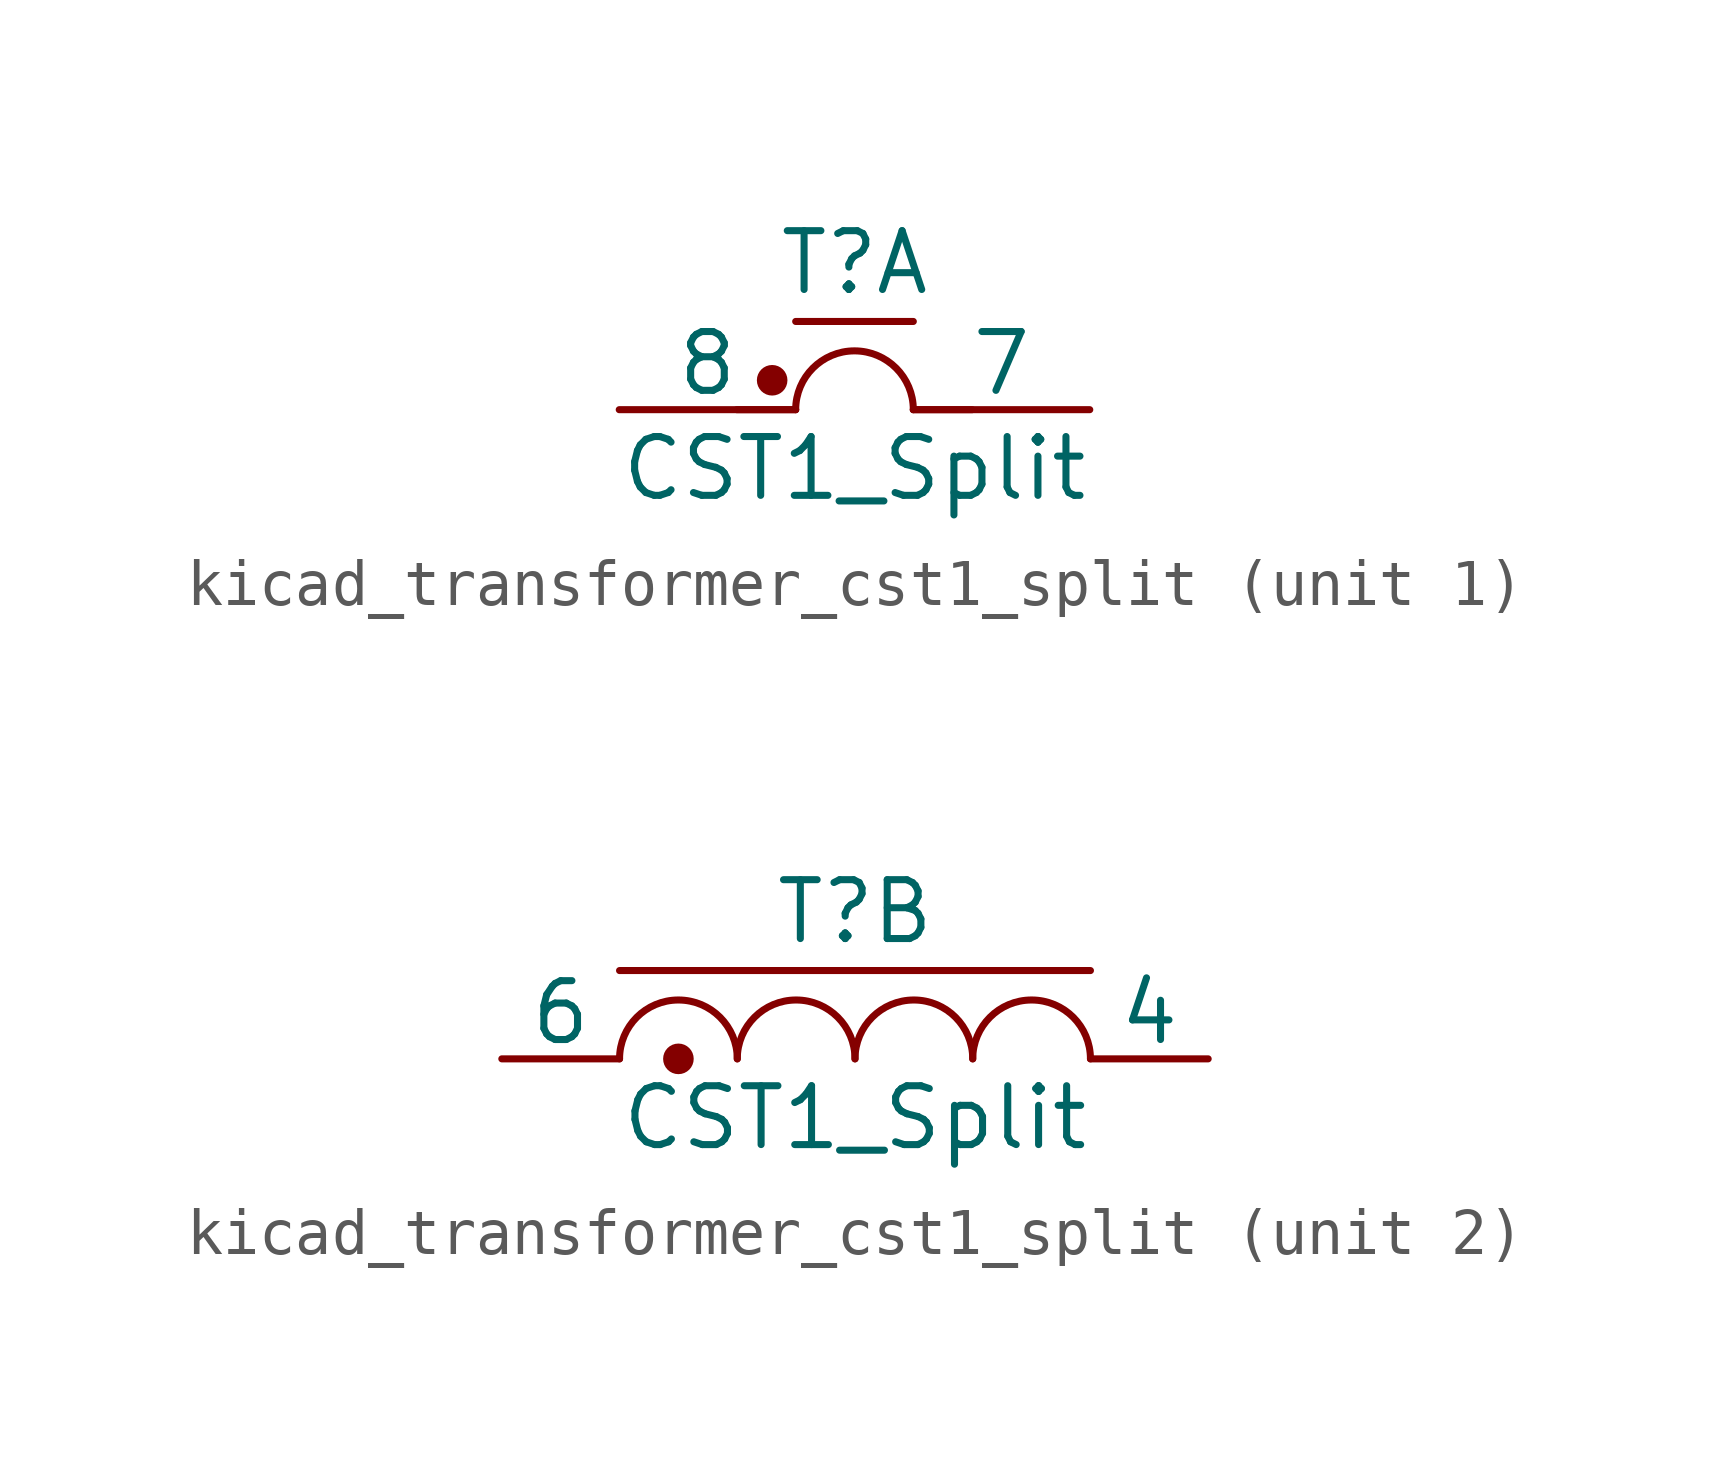
<source format=kicad_sym>
(kicad_symbol_lib
  (version 20220914)
  (generator kicad_symbol_editor)
  (symbol "kicad_transformer_cst1_split"
    (pin_numbers hide)
    (pin_names
      (offset 0))
    (property "Reference" "T"
      (at 0 3.175 0)
      (effects (font (size 1.27 1.27))))
    (property "Value" "CST1_Split"
      (at 0 -1.27 0)
      (effects (font (size 1.27 1.27))))
    (property "ki_locked" ""
      (at 0 0 0)
      (effects (font (size 1.27 1.27))))
    (symbol "kicad_transformer_cst1_split_1_1"
      (circle (center -1.778 0.635) (radius 0.254) (stroke (width 0) (type default)) (fill (type outline)))
      (polyline (pts (xy -2.54 0) (xy -1.27 0)) (stroke (width 0) (type default)) (fill (type none)))
      (polyline (pts (xy -1.27 1.905) (xy 1.27 1.905)) (stroke (width 0) (type default)) (fill (type none)))
      (polyline (pts (xy 1.27 0) (xy 2.54 0)) (stroke (width 0) (type default)) (fill (type none)))
      (arc (start 1.27 0) (mid 0 1.2645) (end -1.27 0) (stroke (width 0) (type default)) (fill (type none)))
      (pin no_connect line (at 2.54 0 180) (length 2.54) hide (name "1" (effects (font (size 1.27 1.27)))) (number "1" (effects (font (size 1.27 1.27)))))
      (pin no_connect line (at -2.54 0 0) (length 2.54) hide (name "5" (effects (font (size 1.27 1.27)))) (number "5" (effects (font (size 1.27 1.27)))))
      (pin passive line (at 5.08 0 180) (length 3.81) (name "7" (effects (font (size 1.27 1.27)))) (number "7" (effects (font (size 1.27 1.27)))))
      (pin passive line (at -5.08 0 0) (length 3.81) (name "8" (effects (font (size 1.27 1.27)))) (number "8" (effects (font (size 1.27 1.27))))))
    (symbol "kicad_transformer_cst1_split_2_1"
      (circle (center -3.81 0) (radius 0.254) (stroke (width 0) (type default)) (fill (type outline)))
      (arc (start -2.54 0) (mid -3.81 1.2645) (end -5.08 0) (stroke (width 0) (type default)) (fill (type none)))
      (arc (start 0 0) (mid -1.27 1.2645) (end -2.54 0) (stroke (width 0) (type default)) (fill (type none)))
      (polyline (pts (xy -5.08 1.905) (xy 5.08 1.905)) (stroke (width 0) (type default)) (fill (type none)))
      (arc (start 2.54 0) (mid 1.27 1.2645) (end 0 0) (stroke (width 0) (type default)) (fill (type none)))
      (arc (start 5.08 0) (mid 3.81 1.2645) (end 2.54 0) (stroke (width 0) (type default)) (fill (type none)))
      (pin no_connect line (at -2.54 0 0) (length 2.54) hide (name "2" (effects (font (size 1.27 1.27)))) (number "2" (effects (font (size 1.27 1.27)))))
      (pin no_connect line (at 2.54 0 180) (length 2.54) hide (name "3" (effects (font (size 1.27 1.27)))) (number "3" (effects (font (size 1.27 1.27)))))
      (pin passive line (at 7.62 0 180) (length 2.54) (name "4" (effects (font (size 1.27 1.27)))) (number "4" (effects (font (size 1.27 1.27)))))
      (pin passive line (at -7.62 0 0) (length 2.54) (name "6" (effects (font (size 1.27 1.27)))) (number "6" (effects (font (size 1.27 1.27))))))))
</source>
